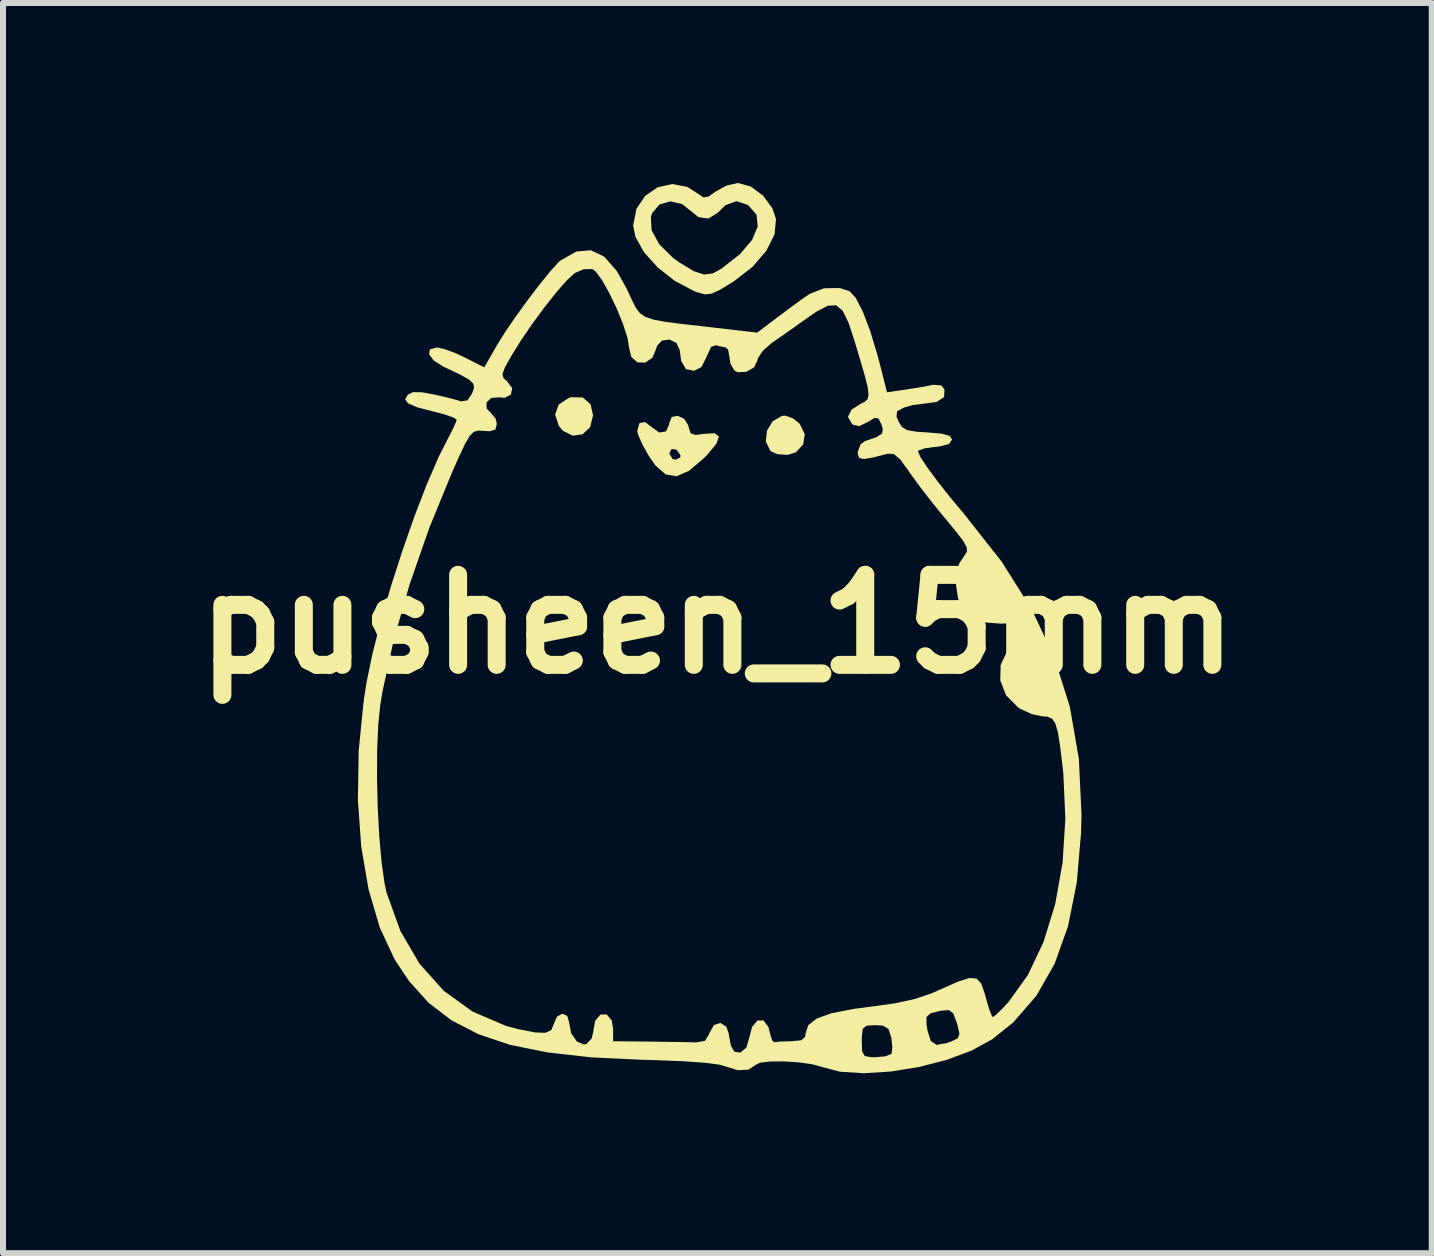
<source format=kicad_pcb>
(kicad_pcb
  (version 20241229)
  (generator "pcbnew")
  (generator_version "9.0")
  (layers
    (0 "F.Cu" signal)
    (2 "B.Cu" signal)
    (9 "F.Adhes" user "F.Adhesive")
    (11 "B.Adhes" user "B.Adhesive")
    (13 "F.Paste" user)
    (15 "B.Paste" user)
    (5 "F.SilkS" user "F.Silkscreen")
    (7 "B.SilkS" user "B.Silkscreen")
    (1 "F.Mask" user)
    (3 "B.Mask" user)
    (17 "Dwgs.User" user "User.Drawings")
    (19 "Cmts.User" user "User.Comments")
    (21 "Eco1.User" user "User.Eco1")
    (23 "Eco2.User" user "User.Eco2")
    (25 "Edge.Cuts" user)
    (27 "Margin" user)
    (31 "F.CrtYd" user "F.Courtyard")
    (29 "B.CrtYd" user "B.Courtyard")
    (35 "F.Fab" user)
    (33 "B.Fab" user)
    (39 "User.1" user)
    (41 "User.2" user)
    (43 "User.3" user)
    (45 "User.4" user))
  (footprint "pusheen_15mm"
    (layer "F.Cu")
    (at 8.907 7.353)
    (property "Reference" "pusheen_15mm" (at 0 0 0) (layer "F.SilkS") (effects (font (size 1.5 1.5) (thickness 0.3))))
    (attr board_only exclude_from_pos_files exclude_from_bom)
    (fp_poly (pts (xy -2.243 -3.778) (xy -2.114 -3.664) (xy -2.072 -3.481) (xy -2.122 -3.282) (xy -2.247 -3.165) (xy -2.41 -3.141) (xy -2.573 -3.221) (xy -2.643 -3.304) (xy -2.704 -3.494) (xy -2.644 -3.66) (xy -2.478 -3.771) (xy -2.437 -3.783)) (stroke (width 0) (type solid)) (fill yes) (layer "F.SilkS"))
    (fp_poly (pts (xy 1.262 -3.429) (xy 1.372 -3.34) (xy 1.457 -3.166) (xy 1.43 -2.994) (xy 1.308 -2.864) (xy 1.168 -2.821) (xy 0.998 -2.833) (xy 0.885 -2.885) (xy 0.808 -3.043) (xy 0.826 -3.224) (xy 0.921 -3.381) (xy 1.074 -3.47) (xy 1.131 -3.476)) (stroke (width 0) (type solid)) (fill yes) (layer "F.SilkS"))
    (fp_poly (pts (xy -0.556 -3.424) (xy -0.485 -3.314) (xy -0.479 -3.286) (xy -0.448 -3.182) (xy -0.367 -3.153) (xy -0.234 -3.171) (xy -0.046 -3.183) (xy 0.026 -3.127) (xy -0.017 -3.005) (xy -0.175 -2.816) (xy -0.221 -2.77) (xy -0.471 -2.557) (xy -0.679 -2.465) (xy -0.861 -2.495) (xy -1.033 -2.646) (xy -1.135 -2.791) (xy -1.167 -2.846) (xy -0.802 -2.846) (xy -0.748 -2.754) (xy -0.696 -2.741) (xy -0.618 -2.779) (xy -0.617 -2.82) (xy -0.683 -2.908) (xy -0.764 -2.919) (xy -0.802 -2.846) (xy -1.167 -2.846) (xy -1.246 -2.987) (xy -1.319 -3.152) (xy -1.336 -3.221) (xy -1.299 -3.35) (xy -1.206 -3.369) (xy -1.095 -3.284) (xy -0.966 -3.194) (xy -0.856 -3.212) (xy -0.803 -3.332) (xy -0.802 -3.354) (xy -0.76 -3.453) (xy -0.663 -3.473)) (stroke (width 0) (type solid)) (fill yes) (layer "F.SilkS"))
    (fp_poly (pts (xy 0.56 -7.293) (xy 0.765 -7.139) (xy 0.919 -6.926) (xy 0.977 -6.751) (xy 0.953 -6.497) (xy 0.817 -6.225) (xy 0.586 -5.955) (xy 0.273 -5.713) (xy 0.261 -5.705) (xy 0.046 -5.574) (xy -0.098 -5.508) (xy -0.212 -5.497) (xy -0.336 -5.531) (xy -0.388 -5.551) (xy -0.708 -5.72) (xy -0.994 -5.944) (xy -1.221 -6.197) (xy -1.365 -6.453) (xy -1.404 -6.645) (xy -1.375 -6.79) (xy -1.108 -6.79) (xy -1.097 -6.567) (xy -0.969 -6.332) (xy -0.736 -6.102) (xy -0.626 -6.024) (xy -0.394 -5.884) (xy -0.223 -5.827) (xy -0.076 -5.846) (xy 0.069 -5.926) (xy 0.376 -6.167) (xy 0.579 -6.405) (xy 0.673 -6.629) (xy 0.652 -6.825) (xy 0.512 -6.984) (xy 0.506 -6.988) (xy 0.318 -7.05) (xy 0.134 -6.982) (xy 0.003 -6.855) (xy -0.148 -6.761) (xy -0.315 -6.783) (xy -0.407 -6.858) (xy -0.588 -7.002) (xy -0.785 -7.046) (xy -0.963 -6.996) (xy -1.086 -6.853) (xy -1.108 -6.79) (xy -1.375 -6.79) (xy -1.349 -6.923) (xy -1.203 -7.139) (xy -0.994 -7.282) (xy -0.75 -7.336) (xy -0.5 -7.288) (xy -0.321 -7.173) (xy -0.231 -7.112) (xy -0.143 -7.129) (xy -0.028 -7.212) (xy 0.156 -7.311) (xy 0.342 -7.353)) (stroke (width 0) (type solid)) (fill yes) (layer "F.SilkS"))
    (fp_poly (pts (xy -1.886 -6.125) (xy -1.677 -5.887) (xy -1.506 -5.58) (xy -1.427 -5.408) (xy -1.363 -5.28) (xy -1.296 -5.188) (xy -1.204 -5.123) (xy -1.067 -5.076) (xy -0.865 -5.038) (xy -0.579 -5.002) (xy -0.188 -4.958) (xy -0.019 -4.938) (xy 0.663 -4.859) (xy 1.017 -5.126) (xy 1.229 -5.285) (xy 1.422 -5.425) (xy 1.536 -5.504) (xy 1.776 -5.598) (xy 2.041 -5.602) (xy 2.205 -5.548) (xy 2.308 -5.435) (xy 2.425 -5.207) (xy 2.548 -4.883) (xy 2.67 -4.479) (xy 2.716 -4.304) (xy 2.827 -3.865) (xy 3.135 -3.909) (xy 3.357 -3.944) (xy 3.546 -3.979) (xy 3.592 -3.989) (xy 3.732 -3.98) (xy 3.786 -3.911) (xy 3.778 -3.785) (xy 3.657 -3.704) (xy 3.463 -3.677) (xy 3.255 -3.651) (xy 3.113 -3.611) (xy 2.996 -3.55) (xy 2.985 -3.463) (xy 3.018 -3.38) (xy 3.076 -3.286) (xy 3.167 -3.233) (xy 3.328 -3.206) (xy 3.502 -3.195) (xy 3.741 -3.175) (xy 3.869 -3.139) (xy 3.91 -3.081) (xy 3.91 -3.075) (xy 3.859 -3.001) (xy 3.694 -2.96) (xy 3.626 -2.954) (xy 3.453 -2.93) (xy 3.352 -2.895) (xy 3.342 -2.88) (xy 3.383 -2.787) (xy 3.496 -2.616) (xy 3.664 -2.388) (xy 3.871 -2.125) (xy 4.1 -1.851) (xy 4.111 -1.838) (xy 4.737 -1.043) (xy 5.237 -0.252) (xy 5.614 0.551) (xy 5.875 1.378) (xy 6.025 2.245) (xy 6.069 3.167) (xy 6.062 3.476) (xy 5.99 4.31) (xy 5.844 5.037) (xy 5.62 5.663) (xy 5.316 6.195) (xy 4.931 6.639) (xy 4.58 6.92) (xy 4.239 7.107) (xy 3.822 7.263) (xy 3.361 7.381) (xy 2.89 7.457) (xy 2.441 7.485) (xy 2.046 7.46) (xy 1.761 7.386) (xy 1.586 7.337) (xy 1.353 7.304) (xy 1.103 7.288) (xy 0.874 7.29) (xy 0.705 7.311) (xy 0.64 7.345) (xy 0.52 7.425) (xy 0.339 7.435) (xy 0.169 7.382) (xy 0.036 7.343) (xy -0.206 7.311) (xy -0.563 7.286) (xy -1.043 7.267) (xy -1.255 7.261) (xy -2.1 7.221) (xy -2.829 7.139) (xy -3.452 7.013) (xy -3.983 6.835) (xy -4.432 6.603) (xy -4.813 6.311) (xy -5.136 5.954) (xy -5.376 5.595) (xy -5.626 5.06) (xy -5.813 4.425) (xy -5.936 3.709) (xy -5.992 2.933) (xy -5.986 2.574) (xy -5.673 2.574) (xy -5.661 3.065) (xy -5.635 3.542) (xy -5.597 3.972) (xy -5.547 4.322) (xy -5.513 4.478) (xy -5.283 5.115) (xy -4.964 5.661) (xy -4.561 6.111) (xy -4.081 6.457) (xy -3.529 6.694) (xy -3.323 6.75) (xy -3.042 6.805) (xy -2.864 6.811) (xy -2.767 6.765) (xy -2.728 6.668) (xy -2.673 6.54) (xy -2.582 6.492) (xy -2.501 6.53) (xy -2.473 6.633) (xy -2.436 6.819) (xy -2.343 6.956) (xy -2.223 7.006) (xy -2.182 6.998) (xy -2.095 6.905) (xy -2.071 6.803) (xy -2.037 6.612) (xy -1.948 6.507) (xy -1.845 6.505) (xy -1.761 6.603) (xy -1.738 6.749) (xy -1.738 6.952) (xy -1.136 6.958) (xy -0.843 6.962) (xy -0.581 6.966) (xy -0.394 6.97) (xy -0.353 6.972) (xy -0.207 6.946) (xy -0.138 6.833) (xy -0.133 6.815) (xy -0.057 6.682) (xy 0.052 6.647) (xy 0.15 6.711) (xy 0.187 6.818) (xy 0.225 7.026) (xy 0.282 7.126) (xy 0.375 7.141) (xy 0.384 7.14) (xy 0.484 7.057) (xy 0.524 6.918) (xy 0.579 6.712) (xy 0.669 6.606) (xy 0.768 6.605) (xy 0.851 6.715) (xy 0.882 6.839) (xy 0.917 6.947) (xy 0.953 6.968) (xy 1.048 6.957) (xy 1.215 6.952) (xy 1.237 6.952) (xy 2.406 6.952) (xy 2.413 7.123) (xy 2.457 7.199) (xy 2.57 7.218) (xy 2.636 7.219) (xy 2.801 7.203) (xy 2.899 7.164) (xy 2.903 7.159) (xy 2.917 7.057) (xy 2.899 6.894) (xy 2.899 6.892) (xy 2.853 6.749) (xy 2.761 6.692) (xy 2.632 6.684) (xy 2.487 6.693) (xy 2.423 6.744) (xy 2.407 6.877) (xy 2.406 6.952) (xy 1.237 6.952) (xy 1.398 6.936) (xy 1.463 6.878) (xy 1.471 6.819) (xy 1.515 6.684) (xy 1.654 6.575) (xy 1.727 6.548) (xy 3.485 6.548) (xy 3.486 6.676) (xy 3.504 6.781) (xy 3.557 6.948) (xy 3.653 7.012) (xy 3.82 6.984) (xy 3.901 6.955) (xy 4.006 6.903) (xy 4.035 6.829) (xy 4.003 6.684) (xy 3.992 6.649) (xy 3.933 6.491) (xy 3.861 6.433) (xy 3.734 6.442) (xy 3.718 6.445) (xy 3.553 6.486) (xy 3.485 6.548) (xy 1.727 6.548) (xy 1.899 6.486) (xy 2.26 6.415) (xy 2.549 6.377) (xy 2.964 6.319) (xy 3.29 6.248) (xy 3.574 6.152) (xy 3.72 6.087) (xy 4.006 5.96) (xy 4.197 5.898) (xy 4.32 5.907) (xy 4.398 5.991) (xy 4.455 6.154) (xy 4.472 6.216) (xy 4.526 6.405) (xy 4.573 6.526) (xy 4.591 6.551) (xy 4.652 6.505) (xy 4.768 6.389) (xy 4.851 6.3) (xy 5.175 5.849) (xy 5.436 5.298) (xy 5.631 4.666) (xy 5.754 3.974) (xy 5.8 3.24) (xy 5.766 2.485) (xy 5.756 2.396) (xy 5.714 2.044) (xy 5.676 1.804) (xy 5.633 1.655) (xy 5.579 1.575) (xy 5.503 1.543) (xy 5.417 1.537) (xy 5.24 1.5) (xy 5.043 1.408) (xy 5.011 1.387) (xy 4.811 1.185) (xy 4.715 0.937) (xy 4.722 0.679) (xy 4.833 0.444) (xy 4.988 0.301) (xy 5.099 0.201) (xy 5.097 0.101) (xy 5.088 0.084) (xy 5.007 0.012) (xy 4.851 -0.012) (xy 4.715 -0.009) (xy 4.404 -0.032) (xy 4.181 -0.15) (xy 4.034 -0.372) (xy 4.01 -0.436) (xy 3.966 -0.737) (xy 4.03 -1.01) (xy 4.121 -1.147) (xy 4.16 -1.208) (xy 4.156 -1.281) (xy 4.097 -1.388) (xy 3.97 -1.553) (xy 3.807 -1.749) (xy 3.595 -2.008) (xy 3.39 -2.272) (xy 3.226 -2.496) (xy 3.184 -2.558) (xy 3.047 -2.746) (xy 2.942 -2.834) (xy 2.844 -2.841) (xy 2.841 -2.841) (xy 2.589 -2.776) (xy 2.439 -2.752) (xy 2.365 -2.77) (xy 2.341 -2.833) (xy 2.339 -2.868) (xy 2.387 -2.999) (xy 2.456 -3.049) (xy 2.653 -3.117) (xy 2.745 -3.178) (xy 2.757 -3.255) (xy 2.734 -3.328) (xy 2.685 -3.429) (xy 2.62 -3.437) (xy 2.508 -3.37) (xy 2.366 -3.301) (xy 2.265 -3.322) (xy 2.243 -3.339) (xy 2.176 -3.455) (xy 2.236 -3.575) (xy 2.383 -3.669) (xy 2.457 -3.706) (xy 2.503 -3.75) (xy 2.52 -3.824) (xy 2.505 -3.947) (xy 2.457 -4.142) (xy 2.373 -4.429) (xy 2.294 -4.694) (xy 2.188 -5.019) (xy 2.089 -5.223) (xy 1.979 -5.315) (xy 1.838 -5.306) (xy 1.648 -5.206) (xy 1.498 -5.103) (xy 1.266 -4.938) (xy 1.038 -4.778) (xy 0.903 -4.684) (xy 0.757 -4.556) (xy 0.675 -4.431) (xy 0.668 -4.398) (xy 0.612 -4.28) (xy 0.482 -4.205) (xy 0.338 -4.199) (xy 0.284 -4.227) (xy 0.218 -4.342) (xy 0.201 -4.453) (xy 0.179 -4.575) (xy 0.139 -4.612) (xy 0.025 -4.634) (xy -0.017 -4.649) (xy -0.104 -4.623) (xy -0.174 -4.469) (xy -0.175 -4.465) (xy -0.265 -4.286) (xy -0.387 -4.223) (xy -0.524 -4.25) (xy -0.603 -4.386) (xy -0.628 -4.568) (xy -0.683 -4.688) (xy -0.799 -4.743) (xy -0.924 -4.727) (xy -1.007 -4.637) (xy -1.014 -4.606) (xy -1.083 -4.44) (xy -1.203 -4.359) (xy -1.333 -4.363) (xy -1.435 -4.454) (xy -1.471 -4.604) (xy -1.499 -4.775) (xy -1.575 -5.008) (xy -1.681 -5.268) (xy -1.804 -5.523) (xy -1.926 -5.739) (xy -2.032 -5.882) (xy -2.084 -5.919) (xy -2.231 -5.915) (xy -2.375 -5.853) (xy -2.5 -5.74) (xy -2.675 -5.542) (xy -2.878 -5.286) (xy -3.089 -5) (xy -3.286 -4.711) (xy -3.442 -4.458) (xy -3.544 -4.273) (xy -3.583 -4.165) (xy -3.564 -4.1) (xy -3.507 -4.05) (xy -3.42 -3.933) (xy -3.441 -3.825) (xy -3.55 -3.772) (xy -3.632 -3.78) (xy -3.768 -3.771) (xy -3.848 -3.694) (xy -3.846 -3.592) (xy -3.779 -3.527) (xy -3.693 -3.418) (xy -3.676 -3.335) (xy -3.7 -3.243) (xy -3.794 -3.215) (xy -3.891 -3.221) (xy -3.986 -3.226) (xy -4.058 -3.206) (xy -4.125 -3.141) (xy -4.202 -3.011) (xy -4.304 -2.795) (xy -4.418 -2.54) (xy -4.801 -1.607) (xy -5.129 -0.664) (xy -5.393 0.256) (xy -5.581 1.119) (xy -5.619 1.346) (xy -5.653 1.681) (xy -5.671 2.102) (xy -5.673 2.574) (xy -5.986 2.574) (xy -5.979 2.114) (xy -5.895 1.274) (xy -5.846 0.963) (xy -5.749 0.493) (xy -5.61 -0.049) (xy -5.44 -0.633) (xy -5.248 -1.229) (xy -5.045 -1.808) (xy -4.84 -2.339) (xy -4.644 -2.791) (xy -4.505 -3.066) (xy -4.413 -3.244) (xy -4.355 -3.373) (xy -4.345 -3.407) (xy -4.404 -3.446) (xy -4.559 -3.499) (xy -4.729 -3.543) (xy -5.003 -3.614) (xy -5.156 -3.68) (xy -5.204 -3.748) (xy -5.16 -3.824) (xy -5.074 -3.867) (xy -4.923 -3.864) (xy -4.729 -3.829) (xy -4.51 -3.779) (xy -4.334 -3.733) (xy -4.273 -3.713) (xy -4.166 -3.73) (xy -4.091 -3.84) (xy -4.057 -3.933) (xy -4.066 -4.006) (xy -4.138 -4.076) (xy -4.293 -4.162) (xy -4.55 -4.284) (xy -4.562 -4.289) (xy -4.725 -4.392) (xy -4.805 -4.497) (xy -4.792 -4.579) (xy -4.677 -4.612) (xy -4.542 -4.583) (xy -4.344 -4.508) (xy -4.213 -4.446) (xy -3.885 -4.28) (xy -3.677 -4.644) (xy -3.541 -4.863) (xy -3.362 -5.125) (xy -3.162 -5.401) (xy -2.962 -5.663) (xy -2.784 -5.883) (xy -2.649 -6.031) (xy -2.612 -6.063) (xy -2.35 -6.211) (xy -2.109 -6.232)) (stroke (width 0) (type solid)) (fill yes) (layer "F.SilkS")))
  (gr_rect
    (start -3 -3)
    (end 20.814 17.838)
    (stroke (width 0.1) (type default))
    (fill no)
    (layer "Edge.Cuts")))
</source>
